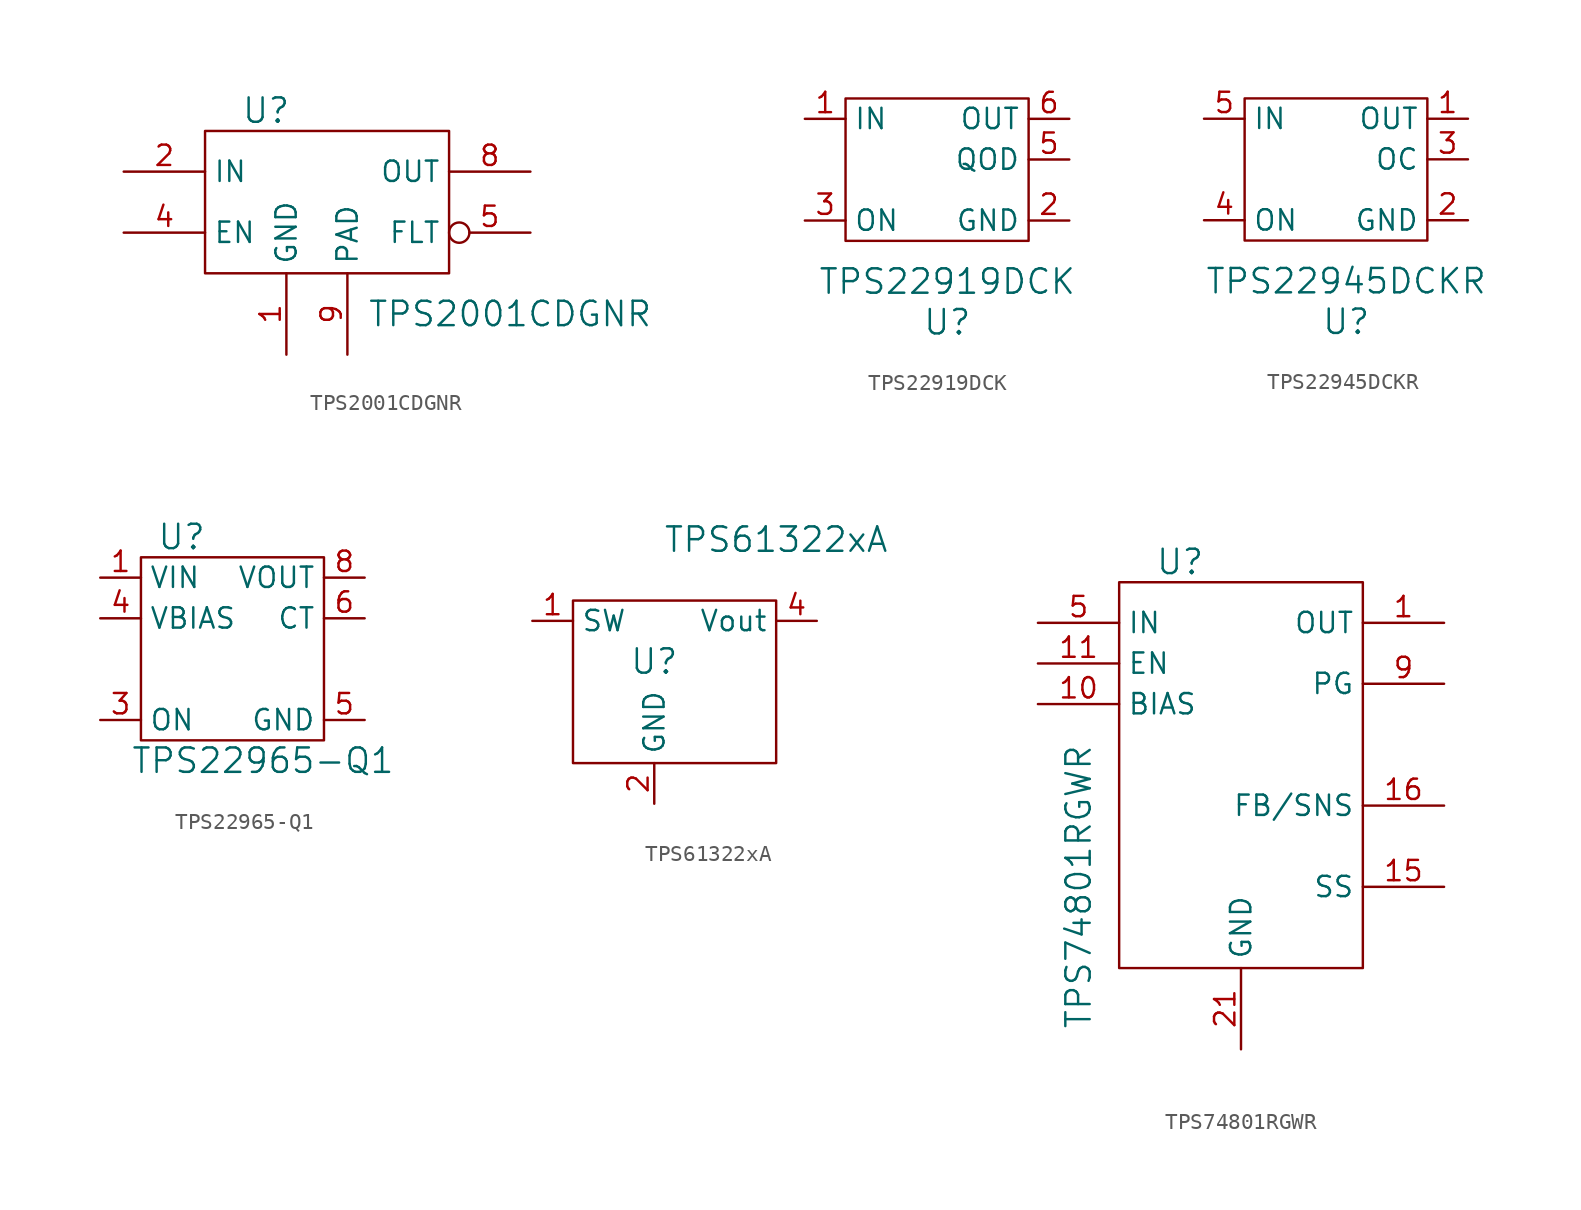
<source format=kicad_sym>
(kicad_symbol_lib
  (version 20220914)
  (generator kicad_symbol_editor)
  (symbol "TPS2001CDGNR"
    (property "Reference" "U"
      (at -1.27 5.08 0)
      (effects (font (size 1.524 1.524))))
    (property "Value" "TPS2001CDGNR"
      (at 13.97 -7.62 0)
      (effects (font (size 1.524 1.524))))
    (property "Footprint" ""
      (at 5.08 -1.27 0)
      (effects (font (size 1.524 1.524))))
    (property "Datasheet" ""
      (at 5.08 -1.27 0)
      (effects (font (size 1.524 1.524))))
    (symbol "TPS2001CDGNR_0_1"
      (rectangle (start -5.08 3.81) (end 10.16 -5.08) (stroke (width 0) (type default)) (fill (type none))))
    (symbol "TPS2001CDGNR_1_1"
      (pin unspecified line (at 0 -10.16 90) (length 5.08) (name "GND" (effects (font (size 1.27 1.27)))) (number "1" (effects (font (size 1.27 1.27)))))
      (pin unspecified line (at -10.16 1.27 0) (length 5.08) (name "IN" (effects (font (size 1.27 1.27)))) (number "2" (effects (font (size 1.27 1.27)))))
      (pin unspecified line (at -10.16 1.27 0) (length 5.08) hide (name "IN" (effects (font (size 1.27 1.27)))) (number "3" (effects (font (size 1.27 1.27)))))
      (pin unspecified line (at -10.16 -2.54 0) (length 5.08) (name "EN" (effects (font (size 1.27 1.27)))) (number "4" (effects (font (size 1.27 1.27)))))
      (pin unspecified inverted (at 15.24 -2.54 180) (length 5.08) (name "FLT" (effects (font (size 1.27 1.27)))) (number "5" (effects (font (size 1.27 1.27)))))
      (pin unspecified line (at 15.24 1.27 180) (length 5.08) hide (name "OUT" (effects (font (size 1.27 1.27)))) (number "6" (effects (font (size 1.27 1.27)))))
      (pin unspecified line (at 15.24 1.27 180) (length 5.08) hide (name "OUT" (effects (font (size 1.27 1.27)))) (number "7" (effects (font (size 1.27 1.27)))))
      (pin unspecified line (at 15.24 1.27 180) (length 5.08) (name "OUT" (effects (font (size 1.27 1.27)))) (number "8" (effects (font (size 1.27 1.27)))))
      (pin unspecified line (at 3.81 -10.16 90) (length 5.08) (name "PAD" (effects (font (size 1.27 1.27)))) (number "9" (effects (font (size 1.27 1.27)))))))
  (symbol "TPS22919DCK"
    (property "Reference" "U"
      (at 1.27 -10.16 0)
      (effects (font (size 1.524 1.524))))
    (property "Value" "TPS22919DCK"
      (at 1.27 -7.62 0)
      (effects (font (size 1.524 1.524))))
    (symbol "TPS22919DCK_0_1"
      (rectangle (start -5.08 3.81) (end 6.35 -5.08) (stroke (width 0) (type default)) (fill (type none))))
    (symbol "TPS22919DCK_1_1"
      (pin power_in line (at -7.62 2.54 0) (length 2.54) (name "IN" (effects (font (size 1.27 1.27)))) (number "1" (effects (font (size 1.27 1.27)))))
      (pin input line (at 8.89 -3.81 180) (length 2.54) (name "GND" (effects (font (size 1.27 1.27)))) (number "2" (effects (font (size 1.27 1.27)))))
      (pin input line (at -7.62 -3.81 0) (length 2.54) (name "ON" (effects (font (size 1.27 1.27)))) (number "3" (effects (font (size 1.27 1.27)))))
      (pin bidirectional line (at 8.89 0 180) (length 2.54) (name "QOD" (effects (font (size 1.27 1.27)))) (number "5" (effects (font (size 1.27 1.27)))))
      (pin power_out line (at 8.89 2.54 180) (length 2.54) (name "OUT" (effects (font (size 1.27 1.27)))) (number "6" (effects (font (size 1.27 1.27)))))))
  (symbol "TPS22945DCKR"
    (property "Reference" "U"
      (at 1.27 -10.16 0)
      (effects (font (size 1.524 1.524))))
    (property "Value" "TPS22945DCKR"
      (at 1.27 -7.62 0)
      (effects (font (size 1.524 1.524))))
    (symbol "TPS22945DCKR_0_1"
      (rectangle (start -5.08 3.81) (end 6.35 -5.08) (stroke (width 0) (type default)) (fill (type none))))
    (symbol "TPS22945DCKR_1_1"
      (pin power_out line (at 8.89 2.54 180) (length 2.54) (name "OUT" (effects (font (size 1.27 1.27)))) (number "1" (effects (font (size 1.27 1.27)))))
      (pin input line (at 8.89 -3.81 180) (length 2.54) (name "GND" (effects (font (size 1.27 1.27)))) (number "2" (effects (font (size 1.27 1.27)))))
      (pin bidirectional line (at 8.89 0 180) (length 2.54) (name "OC" (effects (font (size 1.27 1.27)))) (number "3" (effects (font (size 1.27 1.27)))))
      (pin input line (at -7.62 -3.81 0) (length 2.54) (name "ON" (effects (font (size 1.27 1.27)))) (number "4" (effects (font (size 1.27 1.27)))))
      (pin power_in line (at -7.62 2.54 0) (length 2.54) (name "IN" (effects (font (size 1.27 1.27)))) (number "5" (effects (font (size 1.27 1.27)))))))
  (symbol "TPS22965-Q1"
    (property "Reference" "U"
      (at -2.54 5.08 0)
      (effects (font (size 1.524 1.524))))
    (property "Value" "TPS22965-Q1"
      (at 2.54 -8.89 0)
      (effects (font (size 1.524 1.524))))
    (symbol "TPS22965-Q1_0_1"
      (rectangle (start -5.08 3.81) (end 6.35 -7.62) (stroke (width 0) (type default)) (fill (type none))))
    (symbol "TPS22965-Q1_1_1"
      (pin bidirectional line (at -7.62 2.54 0) (length 2.54) (name "VIN" (effects (font (size 1.27 1.27)))) (number "1" (effects (font (size 1.27 1.27)))))
      (pin bidirectional line (at -7.62 2.54 0) (length 2.54) hide (name "VIN" (effects (font (size 1.27 1.27)))) (number "2" (effects (font (size 1.27 1.27)))))
      (pin bidirectional line (at -7.62 -6.35 0) (length 2.54) (name "ON" (effects (font (size 1.27 1.27)))) (number "3" (effects (font (size 1.27 1.27)))))
      (pin bidirectional line (at -7.62 0 0) (length 2.54) (name "VBIAS" (effects (font (size 1.27 1.27)))) (number "4" (effects (font (size 1.27 1.27)))))
      (pin bidirectional line (at 8.89 -6.35 180) (length 2.54) (name "GND" (effects (font (size 1.27 1.27)))) (number "5" (effects (font (size 1.27 1.27)))))
      (pin bidirectional line (at 8.89 0 180) (length 2.54) (name "CT" (effects (font (size 1.27 1.27)))) (number "6" (effects (font (size 1.27 1.27)))))
      (pin bidirectional line (at 8.89 2.54 180) (length 2.54) hide (name "VOUT" (effects (font (size 1.27 1.27)))) (number "7" (effects (font (size 1.27 1.27)))))
      (pin bidirectional line (at 8.89 2.54 180) (length 2.54) (name "VOUT" (effects (font (size 1.27 1.27)))) (number "8" (effects (font (size 1.27 1.27)))))
      (pin bidirectional line (at 8.89 -6.35 180) (length 2.54) hide (name "~" (effects (font (size 1.27 1.27)))) (number "9" (effects (font (size 1.27 1.27)))))))
  (symbol "TPS61322xA"
    (property "Reference" "U"
      (at 0 0 0)
      (effects (font (size 1.524 1.524))))
    (property "Value" "TPS61322xA"
      (at 7.62 7.62 0)
      (effects (font (size 1.524 1.524))))
    (symbol "TPS61322xA_0_1"
      (rectangle (start -5.08 3.81) (end 7.62 -6.35) (stroke (width 0) (type default)) (fill (type none))))
    (symbol "TPS61322xA_1_1"
      (pin unspecified line (at -7.62 2.54 0) (length 2.54) (name "SW" (effects (font (size 1.27 1.27)))) (number "1" (effects (font (size 1.27 1.27)))))
      (pin unspecified line (at 0 -8.89 90) (length 2.54) (name "GND" (effects (font (size 1.27 1.27)))) (number "2" (effects (font (size 1.27 1.27)))))
      (pin no_connect line (at 1.27 -1.27 180) (length 2.54) hide (name "NC" (effects (font (size 1.27 1.27)))) (number "3" (effects (font (size 1.27 1.27)))))
      (pin unspecified line (at 10.16 2.54 180) (length 2.54) (name "Vout" (effects (font (size 1.27 1.27)))) (number "4" (effects (font (size 1.27 1.27)))))
      (pin no_connect line (at 1.27 -1.27 180) (length 2.54) hide (name "NC" (effects (font (size 1.27 1.27)))) (number "5" (effects (font (size 1.27 1.27)))))))
  (symbol "TPS74801RGWR"
    (property "Reference" "U"
      (at -1.27 5.08 0)
      (effects (font (size 1.524 1.524))))
    (property "Value" "TPS74801RGWR"
      (at -7.62 -15.24 90)
      (effects (font (size 1.524 1.524))))
    (property "Footprint" ""
      (at 5.08 -1.27 0)
      (effects (font (size 1.524 1.524))))
    (property "Datasheet" ""
      (at 5.08 -1.27 0)
      (effects (font (size 1.524 1.524))))
    (symbol "TPS74801RGWR_0_1"
      (rectangle (start -5.08 3.81) (end 10.16 -20.32) (stroke (width 0) (type default)) (fill (type none))))
    (symbol "TPS74801RGWR_1_1"
      (pin unspecified line (at 15.24 1.27 180) (length 5.08) (name "OUT" (effects (font (size 1.27 1.27)))) (number "1" (effects (font (size 1.27 1.27)))))
      (pin unspecified line (at -10.16 -3.81 0) (length 5.08) (name "BIAS" (effects (font (size 1.27 1.27)))) (number "10" (effects (font (size 1.27 1.27)))))
      (pin unspecified line (at -10.16 -1.27 0) (length 5.08) (name "EN" (effects (font (size 1.27 1.27)))) (number "11" (effects (font (size 1.27 1.27)))))
      (pin unspecified line (at 2.54 -25.4 90) (length 5.08) hide (name "GND" (effects (font (size 1.27 1.27)))) (number "12" (effects (font (size 1.27 1.27)))))
      (pin unspecified line (at 2.54 -25.4 90) (length 5.08) hide (name "GND" (effects (font (size 1.27 1.27)))) (number "13" (effects (font (size 1.27 1.27)))))
      (pin unspecified line (at 2.54 -25.4 90) (length 5.08) hide (name "GND" (effects (font (size 1.27 1.27)))) (number "14" (effects (font (size 1.27 1.27)))))
      (pin unspecified line (at 15.24 -15.24 180) (length 5.08) (name "SS" (effects (font (size 1.27 1.27)))) (number "15" (effects (font (size 1.27 1.27)))))
      (pin unspecified line (at 15.24 -10.16 180) (length 5.08) (name "FB/SNS" (effects (font (size 1.27 1.27)))) (number "16" (effects (font (size 1.27 1.27)))))
      (pin unspecified line (at -1.27 -6.35 0) (length 5.08) hide (name "NC" (effects (font (size 1.27 1.27)))) (number "17" (effects (font (size 1.27 1.27)))))
      (pin unspecified line (at 15.24 1.27 180) (length 5.08) hide (name "OUT" (effects (font (size 1.27 1.27)))) (number "18" (effects (font (size 1.27 1.27)))))
      (pin unspecified line (at 15.24 1.27 180) (length 5.08) hide (name "OUT" (effects (font (size 1.27 1.27)))) (number "19" (effects (font (size 1.27 1.27)))))
      (pin unspecified line (at 2.54 -25.4 90) (length 5.08) hide (name "GND" (effects (font (size 1.27 1.27)))) (number "2" (effects (font (size 1.27 1.27)))))
      (pin unspecified line (at 15.24 1.27 180) (length 5.08) hide (name "OUT" (effects (font (size 1.27 1.27)))) (number "20" (effects (font (size 1.27 1.27)))))
      (pin unspecified line (at 2.54 -25.4 90) (length 5.08) (name "GND" (effects (font (size 1.27 1.27)))) (number "21" (effects (font (size 1.27 1.27)))))
      (pin unspecified line (at 2.54 -25.4 90) (length 5.08) hide (name "GND" (effects (font (size 1.27 1.27)))) (number "3" (effects (font (size 1.27 1.27)))))
      (pin unspecified line (at 2.54 -25.4 90) (length 5.08) hide (name "GND" (effects (font (size 1.27 1.27)))) (number "4" (effects (font (size 1.27 1.27)))))
      (pin unspecified line (at -10.16 1.27 0) (length 5.08) (name "IN" (effects (font (size 1.27 1.27)))) (number "5" (effects (font (size 1.27 1.27)))))
      (pin unspecified line (at -10.16 1.27 0) (length 5.08) hide (name "IN" (effects (font (size 1.27 1.27)))) (number "6" (effects (font (size 1.27 1.27)))))
      (pin unspecified line (at -10.16 1.27 0) (length 5.08) hide (name "IN" (effects (font (size 1.27 1.27)))) (number "7" (effects (font (size 1.27 1.27)))))
      (pin unspecified line (at -10.16 1.27 0) (length 5.08) hide (name "IN" (effects (font (size 1.27 1.27)))) (number "8" (effects (font (size 1.27 1.27)))))
      (pin unspecified line (at 15.24 -2.54 180) (length 5.08) (name "PG" (effects (font (size 1.27 1.27)))) (number "9" (effects (font (size 1.27 1.27))))))))
</source>
